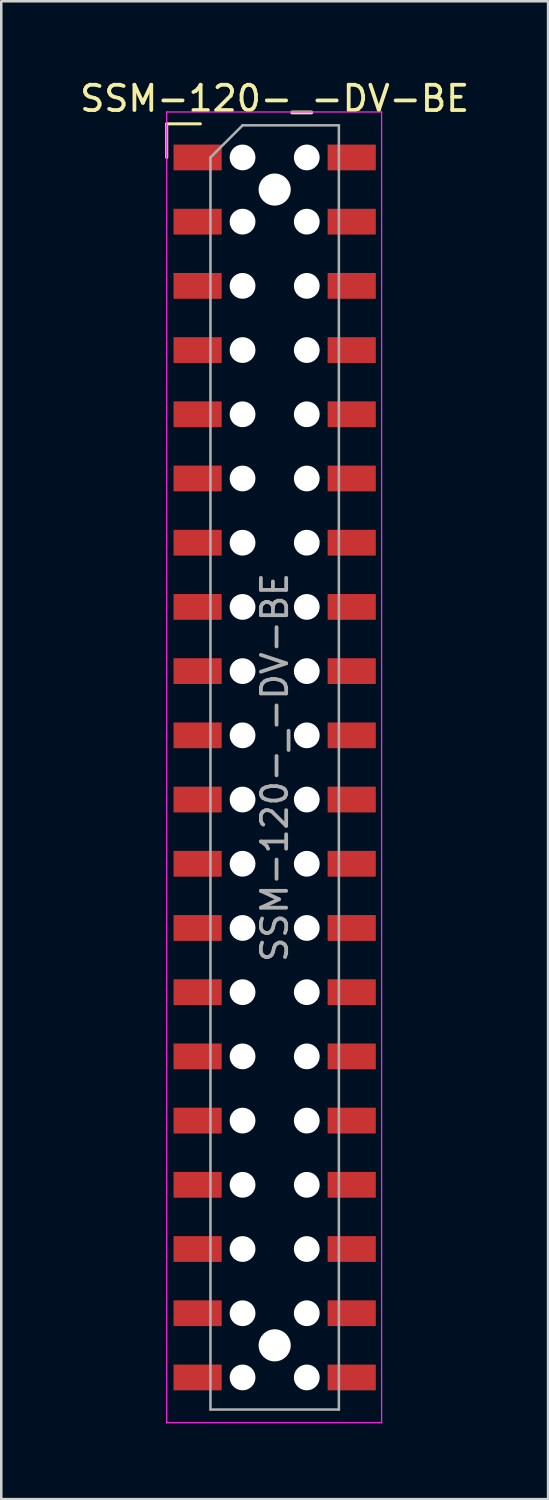
<source format=kicad_pcb>
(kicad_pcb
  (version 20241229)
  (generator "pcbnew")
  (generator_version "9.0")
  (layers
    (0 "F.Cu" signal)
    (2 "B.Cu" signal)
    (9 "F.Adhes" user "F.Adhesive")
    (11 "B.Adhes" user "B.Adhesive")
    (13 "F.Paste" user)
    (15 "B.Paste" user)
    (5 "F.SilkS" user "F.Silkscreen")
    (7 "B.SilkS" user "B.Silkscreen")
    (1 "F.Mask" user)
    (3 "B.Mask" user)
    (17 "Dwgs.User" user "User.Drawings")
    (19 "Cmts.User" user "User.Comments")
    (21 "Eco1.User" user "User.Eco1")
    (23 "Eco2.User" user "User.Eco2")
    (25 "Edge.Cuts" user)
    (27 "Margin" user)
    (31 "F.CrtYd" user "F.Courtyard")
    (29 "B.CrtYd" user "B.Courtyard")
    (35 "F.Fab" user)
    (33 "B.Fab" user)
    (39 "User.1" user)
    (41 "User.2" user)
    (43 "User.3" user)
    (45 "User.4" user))
  (footprint "SSM-120-_-DV-BE"
    (layer "F.Cu")
    (at 6.545 3.178)
    (property "Reference" "SSM-120-_-DV-BE" (at 1.27 -2.33 0) (layer "F.SilkS") (effects (font (size 1 1) (thickness 0.15))))
    (attr smd)
    (fp_line (start -3 -1.33) (end -1.67 -1.33) (stroke (width 0.12) (type solid)) (layer "F.SilkS"))
    (fp_line (start -3 0) (end -3 -1.33) (stroke (width 0.12) (type solid)) (layer "F.SilkS"))
    (fp_line (start -3 -1.8) (end -3 50.05) (stroke (width 0.05) (type solid)) (layer "F.CrtYd"))
    (fp_line (start -3 50.05) (end 5.5 50.05) (stroke (width 0.05) (type solid)) (layer "F.CrtYd"))
    (fp_line (start 5.5 -1.8) (end -3 -1.8) (stroke (width 0.05) (type solid)) (layer "F.CrtYd"))
    (fp_line (start 5.5 50.05) (end 5.5 -1.8) (stroke (width 0.05) (type solid)) (layer "F.CrtYd"))
    (fp_line (start -1.27 0) (end 0 -1.27) (stroke (width 0.1) (type solid)) (layer "F.Fab"))
    (fp_line (start -1.27 49.53) (end -1.27 0) (stroke (width 0.1) (type solid)) (layer "F.Fab"))
    (fp_line (start 0 -1.27) (end 3.81 -1.27) (stroke (width 0.1) (type solid)) (layer "F.Fab"))
    (fp_line (start 3.81 -1.27) (end 3.81 49.53) (stroke (width 0.1) (type solid)) (layer "F.Fab"))
    (fp_line (start 3.81 49.53) (end -1.27 49.53) (stroke (width 0.1) (type solid)) (layer "F.Fab"))
    (fp_text user "${REFERENCE}" (at 1.27 24.13 90) (layer "F.Fab") (effects (font (size 1 1) (thickness 0.15))))
    (pad "" np_thru_hole circle (at 0 0) (size 1.02 1.02) (drill 1.02) (layers "*.Cu" "*.Mask"))
    (pad "" np_thru_hole circle (at 0 2.54) (size 1.02 1.02) (drill 1.02) (layers "*.Cu" "*.Mask"))
    (pad "" np_thru_hole circle (at 0 5.08) (size 1.02 1.02) (drill 1.02) (layers "*.Cu" "*.Mask"))
    (pad "" np_thru_hole circle (at 0 7.62) (size 1.02 1.02) (drill 1.02) (layers "*.Cu" "*.Mask"))
    (pad "" np_thru_hole circle (at 0 10.16) (size 1.02 1.02) (drill 1.02) (layers "*.Cu" "*.Mask"))
    (pad "" np_thru_hole circle (at 0 12.7) (size 1.02 1.02) (drill 1.02) (layers "*.Cu" "*.Mask"))
    (pad "" np_thru_hole circle (at 0 15.24) (size 1.02 1.02) (drill 1.02) (layers "*.Cu" "*.Mask"))
    (pad "" np_thru_hole circle (at 0 17.78) (size 1.02 1.02) (drill 1.02) (layers "*.Cu" "*.Mask"))
    (pad "" np_thru_hole circle (at 0 20.32) (size 1.02 1.02) (drill 1.02) (layers "*.Cu" "*.Mask"))
    (pad "" np_thru_hole circle (at 0 22.86) (size 1.02 1.02) (drill 1.02) (layers "*.Cu" "*.Mask"))
    (pad "" np_thru_hole circle (at 0 25.4) (size 1.02 1.02) (drill 1.02) (layers "*.Cu" "*.Mask"))
    (pad "" np_thru_hole circle (at 0 27.94) (size 1.02 1.02) (drill 1.02) (layers "*.Cu" "*.Mask"))
    (pad "" np_thru_hole circle (at 0 30.48) (size 1.02 1.02) (drill 1.02) (layers "*.Cu" "*.Mask"))
    (pad "" np_thru_hole circle (at 0 33.02) (size 1.02 1.02) (drill 1.02) (layers "*.Cu" "*.Mask"))
    (pad "" np_thru_hole circle (at 0 35.56) (size 1.02 1.02) (drill 1.02) (layers "*.Cu" "*.Mask"))
    (pad "" np_thru_hole circle (at 0 38.1) (size 1.02 1.02) (drill 1.02) (layers "*.Cu" "*.Mask"))
    (pad "" np_thru_hole circle (at 0 40.64) (size 1.02 1.02) (drill 1.02) (layers "*.Cu" "*.Mask"))
    (pad "" np_thru_hole circle (at 0 43.18) (size 1.02 1.02) (drill 1.02) (layers "*.Cu" "*.Mask"))
    (pad "" np_thru_hole circle (at 0 45.72) (size 1.02 1.02) (drill 1.02) (layers "*.Cu" "*.Mask"))
    (pad "" np_thru_hole circle (at 0 48.26) (size 1.02 1.02) (drill 1.02) (layers "*.Cu" "*.Mask"))
    (pad "" np_thru_hole circle (at 1.27 1.27) (size 1.27 1.27) (drill 1.27) (layers "*.Cu" "*.Mask"))
    (pad "" np_thru_hole circle (at 1.27 46.99) (size 1.27 1.27) (drill 1.27) (layers "*.Cu" "*.Mask"))
    (pad "" np_thru_hole circle (at 2.54 0) (size 1.02 1.02) (drill 1.02) (layers "*.Cu" "*.Mask"))
    (pad "" np_thru_hole circle (at 2.54 2.54) (size 1.02 1.02) (drill 1.02) (layers "*.Cu" "*.Mask"))
    (pad "" np_thru_hole circle (at 2.54 5.08) (size 1.02 1.02) (drill 1.02) (layers "*.Cu" "*.Mask"))
    (pad "" np_thru_hole circle (at 2.54 7.62) (size 1.02 1.02) (drill 1.02) (layers "*.Cu" "*.Mask"))
    (pad "" np_thru_hole circle (at 2.54 10.16) (size 1.02 1.02) (drill 1.02) (layers "*.Cu" "*.Mask"))
    (pad "" np_thru_hole circle (at 2.54 12.7) (size 1.02 1.02) (drill 1.02) (layers "*.Cu" "*.Mask"))
    (pad "" np_thru_hole circle (at 2.54 15.24) (size 1.02 1.02) (drill 1.02) (layers "*.Cu" "*.Mask"))
    (pad "" np_thru_hole circle (at 2.54 17.78) (size 1.02 1.02) (drill 1.02) (layers "*.Cu" "*.Mask"))
    (pad "" np_thru_hole circle (at 2.54 20.32) (size 1.02 1.02) (drill 1.02) (layers "*.Cu" "*.Mask"))
    (pad "" np_thru_hole circle (at 2.54 22.86) (size 1.02 1.02) (drill 1.02) (layers "*.Cu" "*.Mask"))
    (pad "" np_thru_hole circle (at 2.54 25.4) (size 1.02 1.02) (drill 1.02) (layers "*.Cu" "*.Mask"))
    (pad "" np_thru_hole circle (at 2.54 27.94) (size 1.02 1.02) (drill 1.02) (layers "*.Cu" "*.Mask"))
    (pad "" np_thru_hole circle (at 2.54 30.48) (size 1.02 1.02) (drill 1.02) (layers "*.Cu" "*.Mask"))
    (pad "" np_thru_hole circle (at 2.54 33.02) (size 1.02 1.02) (drill 1.02) (layers "*.Cu" "*.Mask"))
    (pad "" np_thru_hole circle (at 2.54 35.56) (size 1.02 1.02) (drill 1.02) (layers "*.Cu" "*.Mask"))
    (pad "" np_thru_hole circle (at 2.54 38.1) (size 1.02 1.02) (drill 1.02) (layers "*.Cu" "*.Mask"))
    (pad "" np_thru_hole circle (at 2.54 40.64) (size 1.02 1.02) (drill 1.02) (layers "*.Cu" "*.Mask"))
    (pad "" np_thru_hole circle (at 2.54 43.18) (size 1.02 1.02) (drill 1.02) (layers "*.Cu" "*.Mask"))
    (pad "" np_thru_hole circle (at 2.54 45.72) (size 1.02 1.02) (drill 1.02) (layers "*.Cu" "*.Mask"))
    (pad "" np_thru_hole circle (at 2.54 48.26) (size 1.02 1.02) (drill 1.02) (layers "*.Cu" "*.Mask"))
    (pad "1" smd rect (at -1.778 0) (size 1.905 1.02) (layers "F.Cu" "F.Mask" "F.Paste"))
    (pad "2" smd rect (at 4.318 0) (size 1.905 1.02) (layers "F.Cu" "F.Mask" "F.Paste"))
    (pad "3" smd rect (at -1.778 2.54) (size 1.905 1.02) (layers "F.Cu" "F.Mask" "F.Paste"))
    (pad "4" smd rect (at 4.318 2.54) (size 1.905 1.02) (layers "F.Cu" "F.Mask" "F.Paste"))
    (pad "5" smd rect (at -1.778 5.08) (size 1.905 1.02) (layers "F.Cu" "F.Mask" "F.Paste"))
    (pad "6" smd rect (at 4.318 5.08) (size 1.905 1.02) (layers "F.Cu" "F.Mask" "F.Paste"))
    (pad "7" smd rect (at -1.778 7.62) (size 1.905 1.02) (layers "F.Cu" "F.Mask" "F.Paste"))
    (pad "8" smd rect (at 4.318 7.62) (size 1.905 1.02) (layers "F.Cu" "F.Mask" "F.Paste"))
    (pad "9" smd rect (at -1.778 10.16) (size 1.905 1.02) (layers "F.Cu" "F.Mask" "F.Paste"))
    (pad "10" smd rect (at 4.318 10.16) (size 1.905 1.02) (layers "F.Cu" "F.Mask" "F.Paste"))
    (pad "11" smd rect (at -1.778 12.7) (size 1.905 1.02) (layers "F.Cu" "F.Mask" "F.Paste"))
    (pad "12" smd rect (at 4.318 12.7) (size 1.905 1.02) (layers "F.Cu" "F.Mask" "F.Paste"))
    (pad "13" smd rect (at -1.778 15.24) (size 1.905 1.02) (layers "F.Cu" "F.Mask" "F.Paste"))
    (pad "14" smd rect (at 4.318 15.24) (size 1.905 1.02) (layers "F.Cu" "F.Mask" "F.Paste"))
    (pad "15" smd rect (at -1.778 17.78) (size 1.905 1.02) (layers "F.Cu" "F.Mask" "F.Paste"))
    (pad "16" smd rect (at 4.318 17.78) (size 1.905 1.02) (layers "F.Cu" "F.Mask" "F.Paste"))
    (pad "17" smd rect (at -1.778 20.32) (size 1.905 1.02) (layers "F.Cu" "F.Mask" "F.Paste"))
    (pad "18" smd rect (at 4.318 20.32) (size 1.905 1.02) (layers "F.Cu" "F.Mask" "F.Paste"))
    (pad "19" smd rect (at -1.778 22.86) (size 1.905 1.02) (layers "F.Cu" "F.Mask" "F.Paste"))
    (pad "20" smd rect (at 4.318 22.86) (size 1.905 1.02) (layers "F.Cu" "F.Mask" "F.Paste"))
    (pad "21" smd rect (at -1.778 25.4) (size 1.905 1.02) (layers "F.Cu" "F.Mask" "F.Paste"))
    (pad "22" smd rect (at 4.318 25.4) (size 1.905 1.02) (layers "F.Cu" "F.Mask" "F.Paste"))
    (pad "23" smd rect (at -1.778 27.94) (size 1.905 1.02) (layers "F.Cu" "F.Mask" "F.Paste"))
    (pad "24" smd rect (at 4.318 27.94) (size 1.905 1.02) (layers "F.Cu" "F.Mask" "F.Paste"))
    (pad "25" smd rect (at -1.778 30.48) (size 1.905 1.02) (layers "F.Cu" "F.Mask" "F.Paste"))
    (pad "26" smd rect (at 4.318 30.48) (size 1.905 1.02) (layers "F.Cu" "F.Mask" "F.Paste"))
    (pad "27" smd rect (at -1.778 33.02) (size 1.905 1.02) (layers "F.Cu" "F.Mask" "F.Paste"))
    (pad "28" smd rect (at 4.318 33.02) (size 1.905 1.02) (layers "F.Cu" "F.Mask" "F.Paste"))
    (pad "29" smd rect (at -1.778 35.56) (size 1.905 1.02) (layers "F.Cu" "F.Mask" "F.Paste"))
    (pad "30" smd rect (at 4.318 35.56) (size 1.905 1.02) (layers "F.Cu" "F.Mask" "F.Paste"))
    (pad "31" smd rect (at -1.778 38.1) (size 1.905 1.02) (layers "F.Cu" "F.Mask" "F.Paste"))
    (pad "32" smd rect (at 4.318 38.1) (size 1.905 1.02) (layers "F.Cu" "F.Mask" "F.Paste"))
    (pad "33" smd rect (at -1.778 40.64) (size 1.905 1.02) (layers "F.Cu" "F.Mask" "F.Paste"))
    (pad "34" smd rect (at 4.318 40.64) (size 1.905 1.02) (layers "F.Cu" "F.Mask" "F.Paste"))
    (pad "35" smd rect (at -1.778 43.18) (size 1.905 1.02) (layers "F.Cu" "F.Mask" "F.Paste"))
    (pad "36" smd rect (at 4.318 43.18) (size 1.905 1.02) (layers "F.Cu" "F.Mask" "F.Paste"))
    (pad "37" smd rect (at -1.778 45.72) (size 1.905 1.02) (layers "F.Cu" "F.Mask" "F.Paste"))
    (pad "38" smd rect (at 4.318 45.72) (size 1.905 1.02) (layers "F.Cu" "F.Mask" "F.Paste"))
    (pad "39" smd rect (at -1.778 48.26) (size 1.905 1.02) (layers "F.Cu" "F.Mask" "F.Paste"))
    (pad "40" smd rect (at 4.318 48.26) (size 1.905 1.02) (layers "F.Cu" "F.Mask" "F.Paste")))
  (gr_rect
    (start -3 -3)
    (end 18.631 56.253)
    (stroke (width 0.1) (type default))
    (fill no)
    (layer "Edge.Cuts")))
</source>
